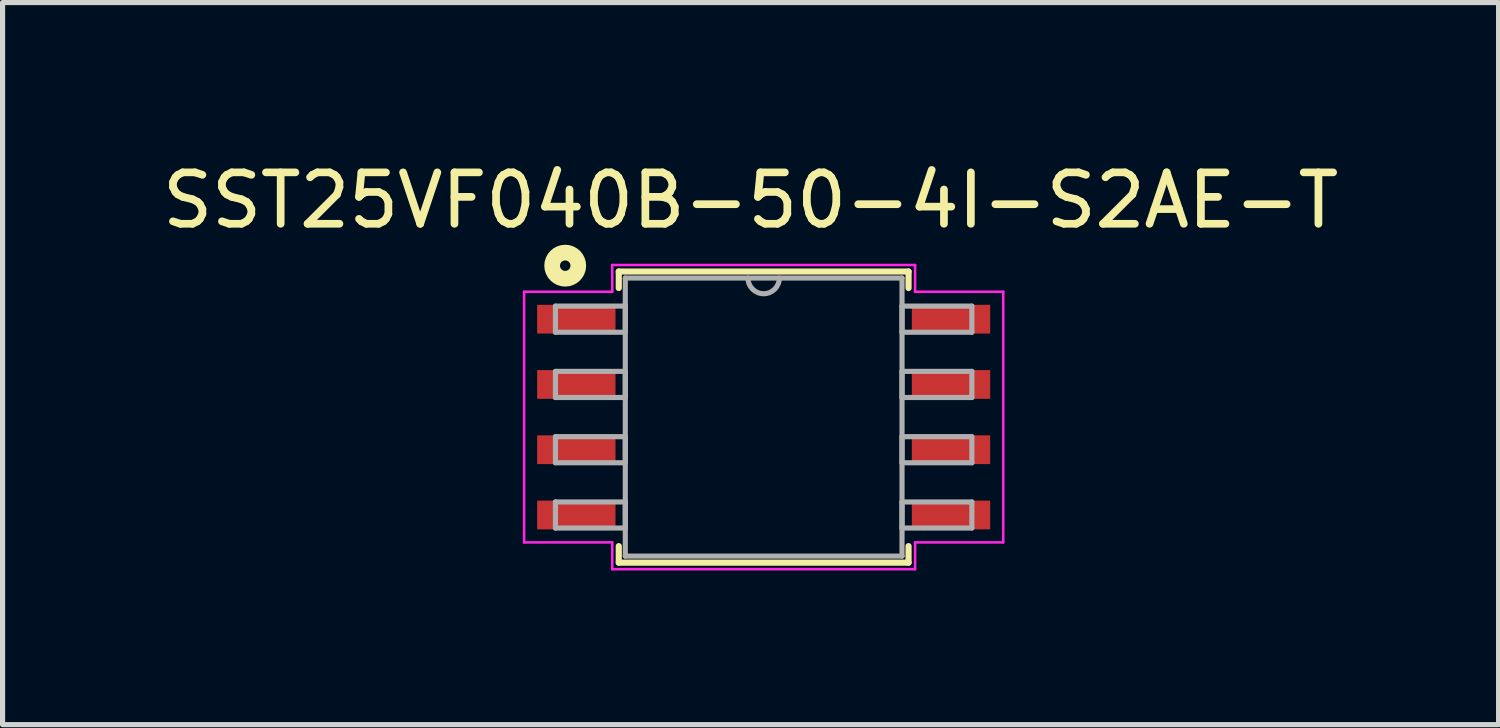
<source format=kicad_pcb>
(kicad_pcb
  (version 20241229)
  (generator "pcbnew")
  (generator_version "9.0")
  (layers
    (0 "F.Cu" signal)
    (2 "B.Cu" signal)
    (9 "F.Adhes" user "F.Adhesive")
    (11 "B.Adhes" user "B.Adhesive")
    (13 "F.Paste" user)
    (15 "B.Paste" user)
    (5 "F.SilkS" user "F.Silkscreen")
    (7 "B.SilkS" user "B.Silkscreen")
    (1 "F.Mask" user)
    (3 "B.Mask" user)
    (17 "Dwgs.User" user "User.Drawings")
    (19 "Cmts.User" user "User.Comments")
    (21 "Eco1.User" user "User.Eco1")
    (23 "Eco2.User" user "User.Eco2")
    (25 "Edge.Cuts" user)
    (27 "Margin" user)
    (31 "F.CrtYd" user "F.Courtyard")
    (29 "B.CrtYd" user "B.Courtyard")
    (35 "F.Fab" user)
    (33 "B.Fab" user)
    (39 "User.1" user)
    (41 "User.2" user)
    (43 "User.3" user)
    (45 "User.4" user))
  (footprint "SST25VF040B-50-4I-S2AE-T"
    (layer "F.Cu")
    (at 11.808 5.065)
    (property "Reference" "SST25VF040B-50-4I-S2AE-T" (at -0.254 -4.216 0) (layer "F.SilkS") (effects (font (size 1 1) (thickness 0.15))))
    (attr through_hole)
    (fp_line (start -2.819 -2.832) (end -2.819 -2.511) (stroke (width 0.12) (type solid)) (layer "F.SilkS"))
    (fp_line (start -2.819 2.511) (end -2.819 2.832) (stroke (width 0.12) (type solid)) (layer "F.SilkS"))
    (fp_line (start -2.819 2.832) (end 2.819 2.832) (stroke (width 0.12) (type solid)) (layer "F.SilkS"))
    (fp_line (start 2.819 -2.832) (end -2.819 -2.832) (stroke (width 0.12) (type solid)) (layer "F.SilkS"))
    (fp_line (start 2.819 -2.511) (end 2.819 -2.832) (stroke (width 0.12) (type solid)) (layer "F.SilkS"))
    (fp_line (start 2.819 2.832) (end 2.819 2.511) (stroke (width 0.12) (type solid)) (layer "F.SilkS"))
    (fp_circle (center -3.861 -2.946) (end -3.759 -2.946) (stroke (width 0.305) (type solid)) (fill no) (layer "F.SilkS"))
    (fp_line (start -4.661 -2.438) (end -2.946 -2.438) (stroke (width 0.05) (type solid)) (layer "F.CrtYd"))
    (fp_line (start -4.661 2.438) (end -4.661 -2.438) (stroke (width 0.05) (type solid)) (layer "F.CrtYd"))
    (fp_line (start -2.946 -2.959) (end 2.946 -2.959) (stroke (width 0.05) (type solid)) (layer "F.CrtYd"))
    (fp_line (start -2.946 -2.438) (end -2.946 -2.959) (stroke (width 0.05) (type solid)) (layer "F.CrtYd"))
    (fp_line (start -2.946 2.438) (end -4.661 2.438) (stroke (width 0.05) (type solid)) (layer "F.CrtYd"))
    (fp_line (start -2.946 2.959) (end -2.946 2.438) (stroke (width 0.05) (type solid)) (layer "F.CrtYd"))
    (fp_line (start 2.946 -2.959) (end 2.946 -2.438) (stroke (width 0.05) (type solid)) (layer "F.CrtYd"))
    (fp_line (start 2.946 -2.438) (end 4.661 -2.438) (stroke (width 0.05) (type solid)) (layer "F.CrtYd"))
    (fp_line (start 2.946 2.438) (end 2.946 2.959) (stroke (width 0.05) (type solid)) (layer "F.CrtYd"))
    (fp_line (start 2.946 2.959) (end -2.946 2.959) (stroke (width 0.05) (type solid)) (layer "F.CrtYd"))
    (fp_line (start 4.661 -2.438) (end 4.661 2.438) (stroke (width 0.05) (type solid)) (layer "F.CrtYd"))
    (fp_line (start 4.661 2.438) (end 2.946 2.438) (stroke (width 0.05) (type solid)) (layer "F.CrtYd"))
    (fp_line (start -4.051 -2.159) (end -4.051 -1.651) (stroke (width 0.1) (type solid)) (layer "F.Fab"))
    (fp_line (start -4.051 -1.651) (end -2.692 -1.651) (stroke (width 0.1) (type solid)) (layer "F.Fab"))
    (fp_line (start -4.051 -0.889) (end -4.051 -0.381) (stroke (width 0.1) (type solid)) (layer "F.Fab"))
    (fp_line (start -4.051 -0.381) (end -2.692 -0.381) (stroke (width 0.1) (type solid)) (layer "F.Fab"))
    (fp_line (start -4.051 0.381) (end -4.051 0.889) (stroke (width 0.1) (type solid)) (layer "F.Fab"))
    (fp_line (start -4.051 0.889) (end -2.692 0.889) (stroke (width 0.1) (type solid)) (layer "F.Fab"))
    (fp_line (start -4.051 1.651) (end -4.051 2.159) (stroke (width 0.1) (type solid)) (layer "F.Fab"))
    (fp_line (start -4.051 2.159) (end -2.692 2.159) (stroke (width 0.1) (type solid)) (layer "F.Fab"))
    (fp_line (start -2.692 -2.705) (end -2.692 2.705) (stroke (width 0.1) (type solid)) (layer "F.Fab"))
    (fp_line (start -2.692 -2.159) (end -4.051 -2.159) (stroke (width 0.1) (type solid)) (layer "F.Fab"))
    (fp_line (start -2.692 -1.651) (end -2.692 -2.159) (stroke (width 0.1) (type solid)) (layer "F.Fab"))
    (fp_line (start -2.692 -0.889) (end -4.051 -0.889) (stroke (width 0.1) (type solid)) (layer "F.Fab"))
    (fp_line (start -2.692 -0.381) (end -2.692 -0.889) (stroke (width 0.1) (type solid)) (layer "F.Fab"))
    (fp_line (start -2.692 0.381) (end -4.051 0.381) (stroke (width 0.1) (type solid)) (layer "F.Fab"))
    (fp_line (start -2.692 0.889) (end -2.692 0.381) (stroke (width 0.1) (type solid)) (layer "F.Fab"))
    (fp_line (start -2.692 1.651) (end -4.051 1.651) (stroke (width 0.1) (type solid)) (layer "F.Fab"))
    (fp_line (start -2.692 2.159) (end -2.692 1.651) (stroke (width 0.1) (type solid)) (layer "F.Fab"))
    (fp_line (start -2.692 2.705) (end 2.692 2.705) (stroke (width 0.1) (type solid)) (layer "F.Fab"))
    (fp_line (start 2.692 -2.705) (end -2.692 -2.705) (stroke (width 0.1) (type solid)) (layer "F.Fab"))
    (fp_line (start 2.692 -2.159) (end 2.692 -1.651) (stroke (width 0.1) (type solid)) (layer "F.Fab"))
    (fp_line (start 2.692 -1.651) (end 4.051 -1.651) (stroke (width 0.1) (type solid)) (layer "F.Fab"))
    (fp_line (start 2.692 -0.889) (end 2.692 -0.381) (stroke (width 0.1) (type solid)) (layer "F.Fab"))
    (fp_line (start 2.692 -0.381) (end 4.051 -0.381) (stroke (width 0.1) (type solid)) (layer "F.Fab"))
    (fp_line (start 2.692 0.381) (end 2.692 0.889) (stroke (width 0.1) (type solid)) (layer "F.Fab"))
    (fp_line (start 2.692 0.889) (end 4.051 0.889) (stroke (width 0.1) (type solid)) (layer "F.Fab"))
    (fp_line (start 2.692 1.651) (end 2.692 2.159) (stroke (width 0.1) (type solid)) (layer "F.Fab"))
    (fp_line (start 2.692 2.159) (end 4.051 2.159) (stroke (width 0.1) (type solid)) (layer "F.Fab"))
    (fp_line (start 2.692 2.705) (end 2.692 -2.705) (stroke (width 0.1) (type solid)) (layer "F.Fab"))
    (fp_line (start 4.051 -2.159) (end 2.692 -2.159) (stroke (width 0.1) (type solid)) (layer "F.Fab"))
    (fp_line (start 4.051 -1.651) (end 4.051 -2.159) (stroke (width 0.1) (type solid)) (layer "F.Fab"))
    (fp_line (start 4.051 -0.889) (end 2.692 -0.889) (stroke (width 0.1) (type solid)) (layer "F.Fab"))
    (fp_line (start 4.051 -0.381) (end 4.051 -0.889) (stroke (width 0.1) (type solid)) (layer "F.Fab"))
    (fp_line (start 4.051 0.381) (end 2.692 0.381) (stroke (width 0.1) (type solid)) (layer "F.Fab"))
    (fp_line (start 4.051 0.889) (end 4.051 0.381) (stroke (width 0.1) (type solid)) (layer "F.Fab"))
    (fp_line (start 4.051 1.651) (end 2.692 1.651) (stroke (width 0.1) (type solid)) (layer "F.Fab"))
    (fp_line (start 4.051 2.159) (end 4.051 1.651) (stroke (width 0.1) (type solid)) (layer "F.Fab"))
    (fp_arc (start 0.3048 -2.7051) (mid 0 -2.4003) (end -0.3048 -2.7051) (stroke (width 0.1) (type solid)) (layer "F.Fab"))
    (pad "1" smd rect (at -3.645 -1.905) (size 1.524 0.559) (layers "F.Cu" "F.Mask" "F.Paste"))
    (pad "2" smd rect (at -3.645 -0.635) (size 1.524 0.559) (layers "F.Cu" "F.Mask" "F.Paste"))
    (pad "3" smd rect (at -3.645 0.635) (size 1.524 0.559) (layers "F.Cu" "F.Mask" "F.Paste"))
    (pad "4" smd rect (at -3.645 1.905) (size 1.524 0.559) (layers "F.Cu" "F.Mask" "F.Paste"))
    (pad "5" smd rect (at 3.645 1.905) (size 1.524 0.559) (layers "F.Cu" "F.Mask" "F.Paste"))
    (pad "6" smd rect (at 3.645 0.635) (size 1.524 0.559) (layers "F.Cu" "F.Mask" "F.Paste"))
    (pad "7" smd rect (at 3.645 -0.635) (size 1.524 0.559) (layers "F.Cu" "F.Mask" "F.Paste"))
    (pad "8" smd rect (at 3.645 -1.905) (size 1.524 0.559) (layers "F.Cu" "F.Mask" "F.Paste")))
  (gr_rect
    (start -3 -3)
    (end 26.107 11.049)
    (stroke (width 0.1) (type default))
    (fill no)
    (layer "Edge.Cuts")))
</source>
